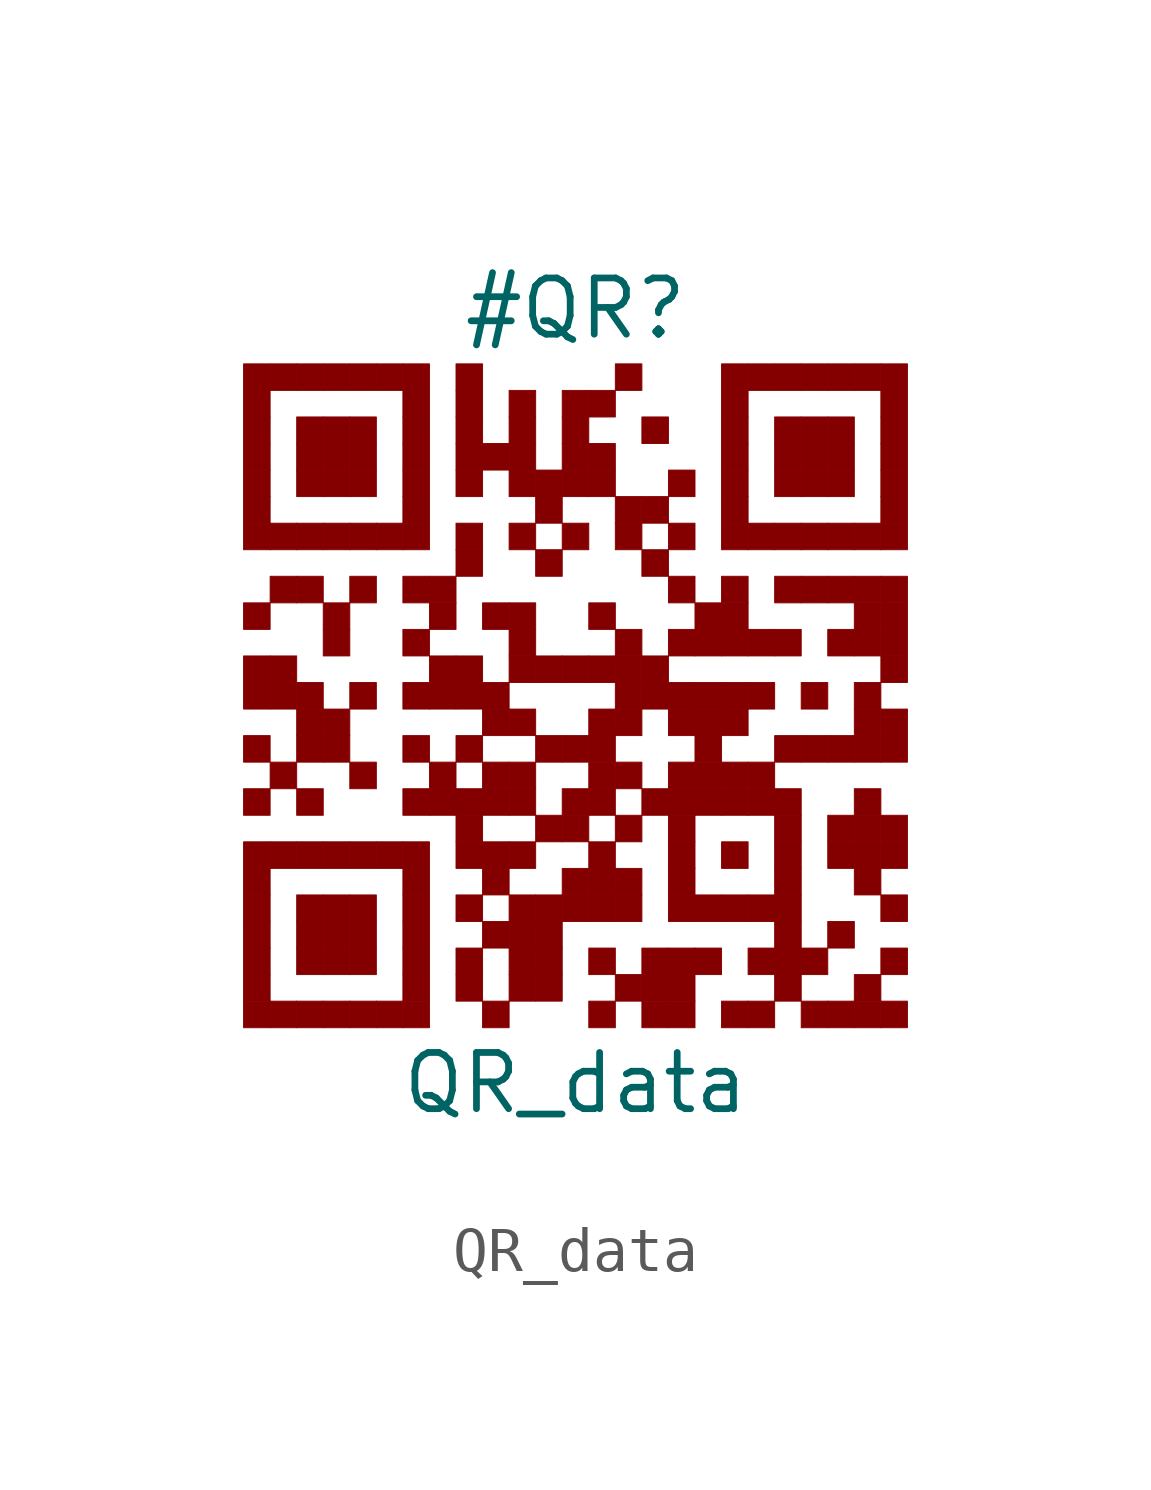
<source format=kicad_sym>
(kicad_symbol_lib
  (version 20211014)
  (generator kibot)
  (symbol "QR_data"
    (pin_numbers hide)
    (pin_names hide)
    (property "Reference" "#QR"
      (at 0 8.75 0)
      (effects (font (size 1.27 1.27))))
    (property "Value" "QR_data"
      (at 0 -8.75 0)
      (effects (font (size 1.27 1.27))))
    (rectangle
      (start -7.5 7.5)
      (end -6.9 6.9)
      (stroke (width 0.001) (type default))
      (fill (type outline)))
    (rectangle
      (start -6.9 7.5)
      (end -6.3 6.9)
      (stroke (width 0.001) (type default))
      (fill (type outline)))
    (rectangle
      (start -6.3 7.5)
      (end -5.7 6.9)
      (stroke (width 0.001) (type default))
      (fill (type outline)))
    (rectangle
      (start -5.7 7.5)
      (end -5.1 6.9)
      (stroke (width 0.001) (type default))
      (fill (type outline)))
    (rectangle
      (start -5.1 7.5)
      (end -4.5 6.9)
      (stroke (width 0.001) (type default))
      (fill (type outline)))
    (rectangle
      (start -4.5 7.5)
      (end -3.9 6.9)
      (stroke (width 0.001) (type default))
      (fill (type outline)))
    (rectangle
      (start -3.9 7.5)
      (end -3.3 6.9)
      (stroke (width 0.001) (type default))
      (fill (type outline)))
    (rectangle
      (start -2.7 7.5)
      (end -2.1 6.9)
      (stroke (width 0.001) (type default))
      (fill (type outline)))
    (rectangle
      (start 0.9 7.5)
      (end 1.5 6.9)
      (stroke (width 0.001) (type default))
      (fill (type outline)))
    (rectangle
      (start 3.3 7.5)
      (end 3.9 6.9)
      (stroke (width 0.001) (type default))
      (fill (type outline)))
    (rectangle
      (start 3.9 7.5)
      (end 4.5 6.9)
      (stroke (width 0.001) (type default))
      (fill (type outline)))
    (rectangle
      (start 4.5 7.5)
      (end 5.1 6.9)
      (stroke (width 0.001) (type default))
      (fill (type outline)))
    (rectangle
      (start 5.1 7.5)
      (end 5.7 6.9)
      (stroke (width 0.001) (type default))
      (fill (type outline)))
    (rectangle
      (start 5.7 7.5)
      (end 6.3 6.9)
      (stroke (width 0.001) (type default))
      (fill (type outline)))
    (rectangle
      (start 6.3 7.5)
      (end 6.9 6.9)
      (stroke (width 0.001) (type default))
      (fill (type outline)))
    (rectangle
      (start 6.9 7.5)
      (end 7.5 6.9)
      (stroke (width 0.001) (type default))
      (fill (type outline)))
    (rectangle
      (start -7.5 6.9)
      (end -6.9 6.3)
      (stroke (width 0.001) (type default))
      (fill (type outline)))
    (rectangle
      (start -3.9 6.9)
      (end -3.3 6.3)
      (stroke (width 0.001) (type default))
      (fill (type outline)))
    (rectangle
      (start -2.7 6.9)
      (end -2.1 6.3)
      (stroke (width 0.001) (type default))
      (fill (type outline)))
    (rectangle
      (start -1.5 6.9)
      (end -0.9 6.3)
      (stroke (width 0.001) (type default))
      (fill (type outline)))
    (rectangle
      (start -0.3 6.9)
      (end 0.3 6.3)
      (stroke (width 0.001) (type default))
      (fill (type outline)))
    (rectangle
      (start 0.3 6.9)
      (end 0.9 6.3)
      (stroke (width 0.001) (type default))
      (fill (type outline)))
    (rectangle
      (start 3.3 6.9)
      (end 3.9 6.3)
      (stroke (width 0.001) (type default))
      (fill (type outline)))
    (rectangle
      (start 6.9 6.9)
      (end 7.5 6.3)
      (stroke (width 0.001) (type default))
      (fill (type outline)))
    (rectangle
      (start -7.5 6.3)
      (end -6.9 5.7)
      (stroke (width 0.001) (type default))
      (fill (type outline)))
    (rectangle
      (start -6.3 6.3)
      (end -5.7 5.7)
      (stroke (width 0.001) (type default))
      (fill (type outline)))
    (rectangle
      (start -5.7 6.3)
      (end -5.1 5.7)
      (stroke (width 0.001) (type default))
      (fill (type outline)))
    (rectangle
      (start -5.1 6.3)
      (end -4.5 5.7)
      (stroke (width 0.001) (type default))
      (fill (type outline)))
    (rectangle
      (start -3.9 6.3)
      (end -3.3 5.7)
      (stroke (width 0.001) (type default))
      (fill (type outline)))
    (rectangle
      (start -2.7 6.3)
      (end -2.1 5.7)
      (stroke (width 0.001) (type default))
      (fill (type outline)))
    (rectangle
      (start -1.5 6.3)
      (end -0.9 5.7)
      (stroke (width 0.001) (type default))
      (fill (type outline)))
    (rectangle
      (start -0.3 6.3)
      (end 0.3 5.7)
      (stroke (width 0.001) (type default))
      (fill (type outline)))
    (rectangle
      (start 1.5 6.3)
      (end 2.1 5.7)
      (stroke (width 0.001) (type default))
      (fill (type outline)))
    (rectangle
      (start 3.3 6.3)
      (end 3.9 5.7)
      (stroke (width 0.001) (type default))
      (fill (type outline)))
    (rectangle
      (start 4.5 6.3)
      (end 5.1 5.7)
      (stroke (width 0.001) (type default))
      (fill (type outline)))
    (rectangle
      (start 5.1 6.3)
      (end 5.7 5.7)
      (stroke (width 0.001) (type default))
      (fill (type outline)))
    (rectangle
      (start 5.7 6.3)
      (end 6.3 5.7)
      (stroke (width 0.001) (type default))
      (fill (type outline)))
    (rectangle
      (start 6.9 6.3)
      (end 7.5 5.7)
      (stroke (width 0.001) (type default))
      (fill (type outline)))
    (rectangle
      (start -7.5 5.7)
      (end -6.9 5.1)
      (stroke (width 0.001) (type default))
      (fill (type outline)))
    (rectangle
      (start -6.3 5.7)
      (end -5.7 5.1)
      (stroke (width 0.001) (type default))
      (fill (type outline)))
    (rectangle
      (start -5.7 5.7)
      (end -5.1 5.1)
      (stroke (width 0.001) (type default))
      (fill (type outline)))
    (rectangle
      (start -5.1 5.7)
      (end -4.5 5.1)
      (stroke (width 0.001) (type default))
      (fill (type outline)))
    (rectangle
      (start -3.9 5.7)
      (end -3.3 5.1)
      (stroke (width 0.001) (type default))
      (fill (type outline)))
    (rectangle
      (start -2.7 5.7)
      (end -2.1 5.1)
      (stroke (width 0.001) (type default))
      (fill (type outline)))
    (rectangle
      (start -2.1 5.7)
      (end -1.5 5.1)
      (stroke (width 0.001) (type default))
      (fill (type outline)))
    (rectangle
      (start -1.5 5.7)
      (end -0.9 5.1)
      (stroke (width 0.001) (type default))
      (fill (type outline)))
    (rectangle
      (start -0.3 5.7)
      (end 0.3 5.1)
      (stroke (width 0.001) (type default))
      (fill (type outline)))
    (rectangle
      (start 0.3 5.7)
      (end 0.9 5.1)
      (stroke (width 0.001) (type default))
      (fill (type outline)))
    (rectangle
      (start 3.3 5.7)
      (end 3.9 5.1)
      (stroke (width 0.001) (type default))
      (fill (type outline)))
    (rectangle
      (start 4.5 5.7)
      (end 5.1 5.1)
      (stroke (width 0.001) (type default))
      (fill (type outline)))
    (rectangle
      (start 5.1 5.7)
      (end 5.7 5.1)
      (stroke (width 0.001) (type default))
      (fill (type outline)))
    (rectangle
      (start 5.7 5.7)
      (end 6.3 5.1)
      (stroke (width 0.001) (type default))
      (fill (type outline)))
    (rectangle
      (start 6.9 5.7)
      (end 7.5 5.1)
      (stroke (width 0.001) (type default))
      (fill (type outline)))
    (rectangle
      (start -7.5 5.1)
      (end -6.9 4.5)
      (stroke (width 0.001) (type default))
      (fill (type outline)))
    (rectangle
      (start -6.3 5.1)
      (end -5.7 4.5)
      (stroke (width 0.001) (type default))
      (fill (type outline)))
    (rectangle
      (start -5.7 5.1)
      (end -5.1 4.5)
      (stroke (width 0.001) (type default))
      (fill (type outline)))
    (rectangle
      (start -5.1 5.1)
      (end -4.5 4.5)
      (stroke (width 0.001) (type default))
      (fill (type outline)))
    (rectangle
      (start -3.9 5.1)
      (end -3.3 4.5)
      (stroke (width 0.001) (type default))
      (fill (type outline)))
    (rectangle
      (start -2.7 5.1)
      (end -2.1 4.5)
      (stroke (width 0.001) (type default))
      (fill (type outline)))
    (rectangle
      (start -1.5 5.1)
      (end -0.9 4.5)
      (stroke (width 0.001) (type default))
      (fill (type outline)))
    (rectangle
      (start -0.9 5.1)
      (end -0.3 4.5)
      (stroke (width 0.001) (type default))
      (fill (type outline)))
    (rectangle
      (start -0.3 5.1)
      (end 0.3 4.5)
      (stroke (width 0.001) (type default))
      (fill (type outline)))
    (rectangle
      (start 0.3 5.1)
      (end 0.9 4.5)
      (stroke (width 0.001) (type default))
      (fill (type outline)))
    (rectangle
      (start 2.1 5.1)
      (end 2.7 4.5)
      (stroke (width 0.001) (type default))
      (fill (type outline)))
    (rectangle
      (start 3.3 5.1)
      (end 3.9 4.5)
      (stroke (width 0.001) (type default))
      (fill (type outline)))
    (rectangle
      (start 4.5 5.1)
      (end 5.1 4.5)
      (stroke (width 0.001) (type default))
      (fill (type outline)))
    (rectangle
      (start 5.1 5.1)
      (end 5.7 4.5)
      (stroke (width 0.001) (type default))
      (fill (type outline)))
    (rectangle
      (start 5.7 5.1)
      (end 6.3 4.5)
      (stroke (width 0.001) (type default))
      (fill (type outline)))
    (rectangle
      (start 6.9 5.1)
      (end 7.5 4.5)
      (stroke (width 0.001) (type default))
      (fill (type outline)))
    (rectangle
      (start -7.5 4.5)
      (end -6.9 3.9)
      (stroke (width 0.001) (type default))
      (fill (type outline)))
    (rectangle
      (start -3.9 4.5)
      (end -3.3 3.9)
      (stroke (width 0.001) (type default))
      (fill (type outline)))
    (rectangle
      (start -0.9 4.5)
      (end -0.3 3.9)
      (stroke (width 0.001) (type default))
      (fill (type outline)))
    (rectangle
      (start 0.9 4.5)
      (end 1.5 3.9)
      (stroke (width 0.001) (type default))
      (fill (type outline)))
    (rectangle
      (start 1.5 4.5)
      (end 2.1 3.9)
      (stroke (width 0.001) (type default))
      (fill (type outline)))
    (rectangle
      (start 3.3 4.5)
      (end 3.9 3.9)
      (stroke (width 0.001) (type default))
      (fill (type outline)))
    (rectangle
      (start 6.9 4.5)
      (end 7.5 3.9)
      (stroke (width 0.001) (type default))
      (fill (type outline)))
    (rectangle
      (start -7.5 3.9)
      (end -6.9 3.3)
      (stroke (width 0.001) (type default))
      (fill (type outline)))
    (rectangle
      (start -6.9 3.9)
      (end -6.3 3.3)
      (stroke (width 0.001) (type default))
      (fill (type outline)))
    (rectangle
      (start -6.3 3.9)
      (end -5.7 3.3)
      (stroke (width 0.001) (type default))
      (fill (type outline)))
    (rectangle
      (start -5.7 3.9)
      (end -5.1 3.3)
      (stroke (width 0.001) (type default))
      (fill (type outline)))
    (rectangle
      (start -5.1 3.9)
      (end -4.5 3.3)
      (stroke (width 0.001) (type default))
      (fill (type outline)))
    (rectangle
      (start -4.5 3.9)
      (end -3.9 3.3)
      (stroke (width 0.001) (type default))
      (fill (type outline)))
    (rectangle
      (start -3.9 3.9)
      (end -3.3 3.3)
      (stroke (width 0.001) (type default))
      (fill (type outline)))
    (rectangle
      (start -2.7 3.9)
      (end -2.1 3.3)
      (stroke (width 0.001) (type default))
      (fill (type outline)))
    (rectangle
      (start -1.5 3.9)
      (end -0.9 3.3)
      (stroke (width 0.001) (type default))
      (fill (type outline)))
    (rectangle
      (start -0.3 3.9)
      (end 0.3 3.3)
      (stroke (width 0.001) (type default))
      (fill (type outline)))
    (rectangle
      (start 0.9 3.9)
      (end 1.5 3.3)
      (stroke (width 0.001) (type default))
      (fill (type outline)))
    (rectangle
      (start 2.1 3.9)
      (end 2.7 3.3)
      (stroke (width 0.001) (type default))
      (fill (type outline)))
    (rectangle
      (start 3.3 3.9)
      (end 3.9 3.3)
      (stroke (width 0.001) (type default))
      (fill (type outline)))
    (rectangle
      (start 3.9 3.9)
      (end 4.5 3.3)
      (stroke (width 0.001) (type default))
      (fill (type outline)))
    (rectangle
      (start 4.5 3.9)
      (end 5.1 3.3)
      (stroke (width 0.001) (type default))
      (fill (type outline)))
    (rectangle
      (start 5.1 3.9)
      (end 5.7 3.3)
      (stroke (width 0.001) (type default))
      (fill (type outline)))
    (rectangle
      (start 5.7 3.9)
      (end 6.3 3.3)
      (stroke (width 0.001) (type default))
      (fill (type outline)))
    (rectangle
      (start 6.3 3.9)
      (end 6.9 3.3)
      (stroke (width 0.001) (type default))
      (fill (type outline)))
    (rectangle
      (start 6.9 3.9)
      (end 7.5 3.3)
      (stroke (width 0.001) (type default))
      (fill (type outline)))
    (rectangle
      (start -2.7 3.3)
      (end -2.1 2.7)
      (stroke (width 0.001) (type default))
      (fill (type outline)))
    (rectangle
      (start -0.9 3.3)
      (end -0.3 2.7)
      (stroke (width 0.001) (type default))
      (fill (type outline)))
    (rectangle
      (start 1.5 3.3)
      (end 2.1 2.7)
      (stroke (width 0.001) (type default))
      (fill (type outline)))
    (rectangle
      (start -6.9 2.7)
      (end -6.3 2.1)
      (stroke (width 0.001) (type default))
      (fill (type outline)))
    (rectangle
      (start -6.3 2.7)
      (end -5.7 2.1)
      (stroke (width 0.001) (type default))
      (fill (type outline)))
    (rectangle
      (start -5.1 2.7)
      (end -4.5 2.1)
      (stroke (width 0.001) (type default))
      (fill (type outline)))
    (rectangle
      (start -3.9 2.7)
      (end -3.3 2.1)
      (stroke (width 0.001) (type default))
      (fill (type outline)))
    (rectangle
      (start -3.3 2.7)
      (end -2.7 2.1)
      (stroke (width 0.001) (type default))
      (fill (type outline)))
    (rectangle
      (start 2.1 2.7)
      (end 2.7 2.1)
      (stroke (width 0.001) (type default))
      (fill (type outline)))
    (rectangle
      (start 3.3 2.7)
      (end 3.9 2.1)
      (stroke (width 0.001) (type default))
      (fill (type outline)))
    (rectangle
      (start 4.5 2.7)
      (end 5.1 2.1)
      (stroke (width 0.001) (type default))
      (fill (type outline)))
    (rectangle
      (start 5.1 2.7)
      (end 5.7 2.1)
      (stroke (width 0.001) (type default))
      (fill (type outline)))
    (rectangle
      (start 5.7 2.7)
      (end 6.3 2.1)
      (stroke (width 0.001) (type default))
      (fill (type outline)))
    (rectangle
      (start 6.3 2.7)
      (end 6.9 2.1)
      (stroke (width 0.001) (type default))
      (fill (type outline)))
    (rectangle
      (start 6.9 2.7)
      (end 7.5 2.1)
      (stroke (width 0.001) (type default))
      (fill (type outline)))
    (rectangle
      (start -7.5 2.1)
      (end -6.9 1.5)
      (stroke (width 0.001) (type default))
      (fill (type outline)))
    (rectangle
      (start -5.7 2.1)
      (end -5.1 1.5)
      (stroke (width 0.001) (type default))
      (fill (type outline)))
    (rectangle
      (start -3.3 2.1)
      (end -2.7 1.5)
      (stroke (width 0.001) (type default))
      (fill (type outline)))
    (rectangle
      (start -2.1 2.1)
      (end -1.5 1.5)
      (stroke (width 0.001) (type default))
      (fill (type outline)))
    (rectangle
      (start -1.5 2.1)
      (end -0.9 1.5)
      (stroke (width 0.001) (type default))
      (fill (type outline)))
    (rectangle
      (start 0.3 2.1)
      (end 0.9 1.5)
      (stroke (width 0.001) (type default))
      (fill (type outline)))
    (rectangle
      (start 2.7 2.1)
      (end 3.3 1.5)
      (stroke (width 0.001) (type default))
      (fill (type outline)))
    (rectangle
      (start 3.3 2.1)
      (end 3.9 1.5)
      (stroke (width 0.001) (type default))
      (fill (type outline)))
    (rectangle
      (start 6.3 2.1)
      (end 6.9 1.5)
      (stroke (width 0.001) (type default))
      (fill (type outline)))
    (rectangle
      (start 6.9 2.1)
      (end 7.5 1.5)
      (stroke (width 0.001) (type default))
      (fill (type outline)))
    (rectangle
      (start -5.7 1.5)
      (end -5.1 0.9)
      (stroke (width 0.001) (type default))
      (fill (type outline)))
    (rectangle
      (start -3.9 1.5)
      (end -3.3 0.9)
      (stroke (width 0.001) (type default))
      (fill (type outline)))
    (rectangle
      (start -1.5 1.5)
      (end -0.9 0.9)
      (stroke (width 0.001) (type default))
      (fill (type outline)))
    (rectangle
      (start 0.9 1.5)
      (end 1.5 0.9)
      (stroke (width 0.001) (type default))
      (fill (type outline)))
    (rectangle
      (start 2.1 1.5)
      (end 2.7 0.9)
      (stroke (width 0.001) (type default))
      (fill (type outline)))
    (rectangle
      (start 2.7 1.5)
      (end 3.3 0.9)
      (stroke (width 0.001) (type default))
      (fill (type outline)))
    (rectangle
      (start 3.3 1.5)
      (end 3.9 0.9)
      (stroke (width 0.001) (type default))
      (fill (type outline)))
    (rectangle
      (start 3.9 1.5)
      (end 4.5 0.9)
      (stroke (width 0.001) (type default))
      (fill (type outline)))
    (rectangle
      (start 4.5 1.5)
      (end 5.1 0.9)
      (stroke (width 0.001) (type default))
      (fill (type outline)))
    (rectangle
      (start 5.7 1.5)
      (end 6.3 0.9)
      (stroke (width 0.001) (type default))
      (fill (type outline)))
    (rectangle
      (start 6.3 1.5)
      (end 6.9 0.9)
      (stroke (width 0.001) (type default))
      (fill (type outline)))
    (rectangle
      (start 6.9 1.5)
      (end 7.5 0.9)
      (stroke (width 0.001) (type default))
      (fill (type outline)))
    (rectangle
      (start -7.5 0.9)
      (end -6.9 0.3)
      (stroke (width 0.001) (type default))
      (fill (type outline)))
    (rectangle
      (start -6.9 0.9)
      (end -6.3 0.3)
      (stroke (width 0.001) (type default))
      (fill (type outline)))
    (rectangle
      (start -3.3 0.9)
      (end -2.7 0.3)
      (stroke (width 0.001) (type default))
      (fill (type outline)))
    (rectangle
      (start -2.7 0.9)
      (end -2.1 0.3)
      (stroke (width 0.001) (type default))
      (fill (type outline)))
    (rectangle
      (start -1.5 0.9)
      (end -0.9 0.3)
      (stroke (width 0.001) (type default))
      (fill (type outline)))
    (rectangle
      (start -0.9 0.9)
      (end -0.3 0.3)
      (stroke (width 0.001) (type default))
      (fill (type outline)))
    (rectangle
      (start -0.3 0.9)
      (end 0.3 0.3)
      (stroke (width 0.001) (type default))
      (fill (type outline)))
    (rectangle
      (start 0.3 0.9)
      (end 0.9 0.3)
      (stroke (width 0.001) (type default))
      (fill (type outline)))
    (rectangle
      (start 0.9 0.9)
      (end 1.5 0.3)
      (stroke (width 0.001) (type default))
      (fill (type outline)))
    (rectangle
      (start 1.5 0.9)
      (end 2.1 0.3)
      (stroke (width 0.001) (type default))
      (fill (type outline)))
    (rectangle
      (start 6.9 0.9)
      (end 7.5 0.3)
      (stroke (width 0.001) (type default))
      (fill (type outline)))
    (rectangle
      (start -7.5 0.3)
      (end -6.9 -0.3)
      (stroke (width 0.001) (type default))
      (fill (type outline)))
    (rectangle
      (start -6.9 0.3)
      (end -6.3 -0.3)
      (stroke (width 0.001) (type default))
      (fill (type outline)))
    (rectangle
      (start -6.3 0.3)
      (end -5.7 -0.3)
      (stroke (width 0.001) (type default))
      (fill (type outline)))
    (rectangle
      (start -5.1 0.3)
      (end -4.5 -0.3)
      (stroke (width 0.001) (type default))
      (fill (type outline)))
    (rectangle
      (start -3.9 0.3)
      (end -3.3 -0.3)
      (stroke (width 0.001) (type default))
      (fill (type outline)))
    (rectangle
      (start -3.3 0.3)
      (end -2.7 -0.3)
      (stroke (width 0.001) (type default))
      (fill (type outline)))
    (rectangle
      (start -2.7 0.3)
      (end -2.1 -0.3)
      (stroke (width 0.001) (type default))
      (fill (type outline)))
    (rectangle
      (start -2.1 0.3)
      (end -1.5 -0.3)
      (stroke (width 0.001) (type default))
      (fill (type outline)))
    (rectangle
      (start 0.9 0.3)
      (end 1.5 -0.3)
      (stroke (width 0.001) (type default))
      (fill (type outline)))
    (rectangle
      (start 1.5 0.3)
      (end 2.1 -0.3)
      (stroke (width 0.001) (type default))
      (fill (type outline)))
    (rectangle
      (start 2.1 0.3)
      (end 2.7 -0.3)
      (stroke (width 0.001) (type default))
      (fill (type outline)))
    (rectangle
      (start 2.7 0.3)
      (end 3.3 -0.3)
      (stroke (width 0.001) (type default))
      (fill (type outline)))
    (rectangle
      (start 3.3 0.3)
      (end 3.9 -0.3)
      (stroke (width 0.001) (type default))
      (fill (type outline)))
    (rectangle
      (start 3.9 0.3)
      (end 4.5 -0.3)
      (stroke (width 0.001) (type default))
      (fill (type outline)))
    (rectangle
      (start 5.1 0.3)
      (end 5.7 -0.3)
      (stroke (width 0.001) (type default))
      (fill (type outline)))
    (rectangle
      (start 6.3 0.3)
      (end 6.9 -0.3)
      (stroke (width 0.001) (type default))
      (fill (type outline)))
    (rectangle
      (start -6.3 -0.3)
      (end -5.7 -0.9)
      (stroke (width 0.001) (type default))
      (fill (type outline)))
    (rectangle
      (start -5.7 -0.3)
      (end -5.1 -0.9)
      (stroke (width 0.001) (type default))
      (fill (type outline)))
    (rectangle
      (start -2.1 -0.3)
      (end -1.5 -0.9)
      (stroke (width 0.001) (type default))
      (fill (type outline)))
    (rectangle
      (start -1.5 -0.3)
      (end -0.9 -0.9)
      (stroke (width 0.001) (type default))
      (fill (type outline)))
    (rectangle
      (start 0.3 -0.3)
      (end 0.9 -0.9)
      (stroke (width 0.001) (type default))
      (fill (type outline)))
    (rectangle
      (start 0.9 -0.3)
      (end 1.5 -0.9)
      (stroke (width 0.001) (type default))
      (fill (type outline)))
    (rectangle
      (start 2.1 -0.3)
      (end 2.7 -0.9)
      (stroke (width 0.001) (type default))
      (fill (type outline)))
    (rectangle
      (start 2.7 -0.3)
      (end 3.3 -0.9)
      (stroke (width 0.001) (type default))
      (fill (type outline)))
    (rectangle
      (start 3.3 -0.3)
      (end 3.9 -0.9)
      (stroke (width 0.001) (type default))
      (fill (type outline)))
    (rectangle
      (start 6.3 -0.3)
      (end 6.9 -0.9)
      (stroke (width 0.001) (type default))
      (fill (type outline)))
    (rectangle
      (start 6.9 -0.3)
      (end 7.5 -0.9)
      (stroke (width 0.001) (type default))
      (fill (type outline)))
    (rectangle
      (start -7.5 -0.9)
      (end -6.9 -1.5)
      (stroke (width 0.001) (type default))
      (fill (type outline)))
    (rectangle
      (start -6.3 -0.9)
      (end -5.7 -1.5)
      (stroke (width 0.001) (type default))
      (fill (type outline)))
    (rectangle
      (start -5.7 -0.9)
      (end -5.1 -1.5)
      (stroke (width 0.001) (type default))
      (fill (type outline)))
    (rectangle
      (start -3.9 -0.9)
      (end -3.3 -1.5)
      (stroke (width 0.001) (type default))
      (fill (type outline)))
    (rectangle
      (start -2.7 -0.9)
      (end -2.1 -1.5)
      (stroke (width 0.001) (type default))
      (fill (type outline)))
    (rectangle
      (start -0.9 -0.9)
      (end -0.3 -1.5)
      (stroke (width 0.001) (type default))
      (fill (type outline)))
    (rectangle
      (start -0.3 -0.9)
      (end 0.3 -1.5)
      (stroke (width 0.001) (type default))
      (fill (type outline)))
    (rectangle
      (start 0.3 -0.9)
      (end 0.9 -1.5)
      (stroke (width 0.001) (type default))
      (fill (type outline)))
    (rectangle
      (start 2.7 -0.9)
      (end 3.3 -1.5)
      (stroke (width 0.001) (type default))
      (fill (type outline)))
    (rectangle
      (start 4.5 -0.9)
      (end 5.1 -1.5)
      (stroke (width 0.001) (type default))
      (fill (type outline)))
    (rectangle
      (start 5.1 -0.9)
      (end 5.7 -1.5)
      (stroke (width 0.001) (type default))
      (fill (type outline)))
    (rectangle
      (start 5.7 -0.9)
      (end 6.3 -1.5)
      (stroke (width 0.001) (type default))
      (fill (type outline)))
    (rectangle
      (start 6.3 -0.9)
      (end 6.9 -1.5)
      (stroke (width 0.001) (type default))
      (fill (type outline)))
    (rectangle
      (start 6.9 -0.9)
      (end 7.5 -1.5)
      (stroke (width 0.001) (type default))
      (fill (type outline)))
    (rectangle
      (start -6.9 -1.5)
      (end -6.3 -2.1)
      (stroke (width 0.001) (type default))
      (fill (type outline)))
    (rectangle
      (start -5.1 -1.5)
      (end -4.5 -2.1)
      (stroke (width 0.001) (type default))
      (fill (type outline)))
    (rectangle
      (start -3.3 -1.5)
      (end -2.7 -2.1)
      (stroke (width 0.001) (type default))
      (fill (type outline)))
    (rectangle
      (start -2.1 -1.5)
      (end -1.5 -2.1)
      (stroke (width 0.001) (type default))
      (fill (type outline)))
    (rectangle
      (start -1.5 -1.5)
      (end -0.9 -2.1)
      (stroke (width 0.001) (type default))
      (fill (type outline)))
    (rectangle
      (start 0.3 -1.5)
      (end 0.9 -2.1)
      (stroke (width 0.001) (type default))
      (fill (type outline)))
    (rectangle
      (start 0.9 -1.5)
      (end 1.5 -2.1)
      (stroke (width 0.001) (type default))
      (fill (type outline)))
    (rectangle
      (start 2.1 -1.5)
      (end 2.7 -2.1)
      (stroke (width 0.001) (type default))
      (fill (type outline)))
    (rectangle
      (start 2.7 -1.5)
      (end 3.3 -2.1)
      (stroke (width 0.001) (type default))
      (fill (type outline)))
    (rectangle
      (start 3.3 -1.5)
      (end 3.9 -2.1)
      (stroke (width 0.001) (type default))
      (fill (type outline)))
    (rectangle
      (start 3.9 -1.5)
      (end 4.5 -2.1)
      (stroke (width 0.001) (type default))
      (fill (type outline)))
    (rectangle
      (start -7.5 -2.1)
      (end -6.9 -2.7)
      (stroke (width 0.001) (type default))
      (fill (type outline)))
    (rectangle
      (start -6.3 -2.1)
      (end -5.7 -2.7)
      (stroke (width 0.001) (type default))
      (fill (type outline)))
    (rectangle
      (start -3.9 -2.1)
      (end -3.3 -2.7)
      (stroke (width 0.001) (type default))
      (fill (type outline)))
    (rectangle
      (start -3.3 -2.1)
      (end -2.7 -2.7)
      (stroke (width 0.001) (type default))
      (fill (type outline)))
    (rectangle
      (start -2.7 -2.1)
      (end -2.1 -2.7)
      (stroke (width 0.001) (type default))
      (fill (type outline)))
    (rectangle
      (start -2.1 -2.1)
      (end -1.5 -2.7)
      (stroke (width 0.001) (type default))
      (fill (type outline)))
    (rectangle
      (start -1.5 -2.1)
      (end -0.9 -2.7)
      (stroke (width 0.001) (type default))
      (fill (type outline)))
    (rectangle
      (start -0.3 -2.1)
      (end 0.3 -2.7)
      (stroke (width 0.001) (type default))
      (fill (type outline)))
    (rectangle
      (start 0.3 -2.1)
      (end 0.9 -2.7)
      (stroke (width 0.001) (type default))
      (fill (type outline)))
    (rectangle
      (start 1.5 -2.1)
      (end 2.1 -2.7)
      (stroke (width 0.001) (type default))
      (fill (type outline)))
    (rectangle
      (start 2.1 -2.1)
      (end 2.7 -2.7)
      (stroke (width 0.001) (type default))
      (fill (type outline)))
    (rectangle
      (start 2.7 -2.1)
      (end 3.3 -2.7)
      (stroke (width 0.001) (type default))
      (fill (type outline)))
    (rectangle
      (start 3.3 -2.1)
      (end 3.9 -2.7)
      (stroke (width 0.001) (type default))
      (fill (type outline)))
    (rectangle
      (start 3.9 -2.1)
      (end 4.5 -2.7)
      (stroke (width 0.001) (type default))
      (fill (type outline)))
    (rectangle
      (start 4.5 -2.1)
      (end 5.1 -2.7)
      (stroke (width 0.001) (type default))
      (fill (type outline)))
    (rectangle
      (start 6.3 -2.1)
      (end 6.9 -2.7)
      (stroke (width 0.001) (type default))
      (fill (type outline)))
    (rectangle
      (start -2.7 -2.7)
      (end -2.1 -3.3)
      (stroke (width 0.001) (type default))
      (fill (type outline)))
    (rectangle
      (start -0.9 -2.7)
      (end -0.3 -3.3)
      (stroke (width 0.001) (type default))
      (fill (type outline)))
    (rectangle
      (start -0.3 -2.7)
      (end 0.3 -3.3)
      (stroke (width 0.001) (type default))
      (fill (type outline)))
    (rectangle
      (start 0.9 -2.7)
      (end 1.5 -3.3)
      (stroke (width 0.001) (type default))
      (fill (type outline)))
    (rectangle
      (start 2.1 -2.7)
      (end 2.7 -3.3)
      (stroke (width 0.001) (type default))
      (fill (type outline)))
    (rectangle
      (start 4.5 -2.7)
      (end 5.1 -3.3)
      (stroke (width 0.001) (type default))
      (fill (type outline)))
    (rectangle
      (start 5.7 -2.7)
      (end 6.3 -3.3)
      (stroke (width 0.001) (type default))
      (fill (type outline)))
    (rectangle
      (start 6.3 -2.7)
      (end 6.9 -3.3)
      (stroke (width 0.001) (type default))
      (fill (type outline)))
    (rectangle
      (start 6.9 -2.7)
      (end 7.5 -3.3)
      (stroke (width 0.001) (type default))
      (fill (type outline)))
    (rectangle
      (start -7.5 -3.3)
      (end -6.9 -3.9)
      (stroke (width 0.001) (type default))
      (fill (type outline)))
    (rectangle
      (start -6.9 -3.3)
      (end -6.3 -3.9)
      (stroke (width 0.001) (type default))
      (fill (type outline)))
    (rectangle
      (start -6.3 -3.3)
      (end -5.7 -3.9)
      (stroke (width 0.001) (type default))
      (fill (type outline)))
    (rectangle
      (start -5.7 -3.3)
      (end -5.1 -3.9)
      (stroke (width 0.001) (type default))
      (fill (type outline)))
    (rectangle
      (start -5.1 -3.3)
      (end -4.5 -3.9)
      (stroke (width 0.001) (type default))
      (fill (type outline)))
    (rectangle
      (start -4.5 -3.3)
      (end -3.9 -3.9)
      (stroke (width 0.001) (type default))
      (fill (type outline)))
    (rectangle
      (start -3.9 -3.3)
      (end -3.3 -3.9)
      (stroke (width 0.001) (type default))
      (fill (type outline)))
    (rectangle
      (start -2.7 -3.3)
      (end -2.1 -3.9)
      (stroke (width 0.001) (type default))
      (fill (type outline)))
    (rectangle
      (start -2.1 -3.3)
      (end -1.5 -3.9)
      (stroke (width 0.001) (type default))
      (fill (type outline)))
    (rectangle
      (start -1.5 -3.3)
      (end -0.9 -3.9)
      (stroke (width 0.001) (type default))
      (fill (type outline)))
    (rectangle
      (start 0.3 -3.3)
      (end 0.9 -3.9)
      (stroke (width 0.001) (type default))
      (fill (type outline)))
    (rectangle
      (start 2.1 -3.3)
      (end 2.7 -3.9)
      (stroke (width 0.001) (type default))
      (fill (type outline)))
    (rectangle
      (start 3.3 -3.3)
      (end 3.9 -3.9)
      (stroke (width 0.001) (type default))
      (fill (type outline)))
    (rectangle
      (start 4.5 -3.3)
      (end 5.1 -3.9)
      (stroke (width 0.001) (type default))
      (fill (type outline)))
    (rectangle
      (start 5.7 -3.3)
      (end 6.3 -3.9)
      (stroke (width 0.001) (type default))
      (fill (type outline)))
    (rectangle
      (start 6.3 -3.3)
      (end 6.9 -3.9)
      (stroke (width 0.001) (type default))
      (fill (type outline)))
    (rectangle
      (start 6.9 -3.3)
      (end 7.5 -3.9)
      (stroke (width 0.001) (type default))
      (fill (type outline)))
    (rectangle
      (start -7.5 -3.9)
      (end -6.9 -4.5)
      (stroke (width 0.001) (type default))
      (fill (type outline)))
    (rectangle
      (start -3.9 -3.9)
      (end -3.3 -4.5)
      (stroke (width 0.001) (type default))
      (fill (type outline)))
    (rectangle
      (start -2.1 -3.9)
      (end -1.5 -4.5)
      (stroke (width 0.001) (type default))
      (fill (type outline)))
    (rectangle
      (start -0.3 -3.9)
      (end 0.3 -4.5)
      (stroke (width 0.001) (type default))
      (fill (type outline)))
    (rectangle
      (start 0.3 -3.9)
      (end 0.9 -4.5)
      (stroke (width 0.001) (type default))
      (fill (type outline)))
    (rectangle
      (start 0.9 -3.9)
      (end 1.5 -4.5)
      (stroke (width 0.001) (type default))
      (fill (type outline)))
    (rectangle
      (start 2.1 -3.9)
      (end 2.7 -4.5)
      (stroke (width 0.001) (type default))
      (fill (type outline)))
    (rectangle
      (start 4.5 -3.9)
      (end 5.1 -4.5)
      (stroke (width 0.001) (type default))
      (fill (type outline)))
    (rectangle
      (start 6.3 -3.9)
      (end 6.9 -4.5)
      (stroke (width 0.001) (type default))
      (fill (type outline)))
    (rectangle
      (start -7.5 -4.5)
      (end -6.9 -5.1)
      (stroke (width 0.001) (type default))
      (fill (type outline)))
    (rectangle
      (start -6.3 -4.5)
      (end -5.7 -5.1)
      (stroke (width 0.001) (type default))
      (fill (type outline)))
    (rectangle
      (start -5.7 -4.5)
      (end -5.1 -5.1)
      (stroke (width 0.001) (type default))
      (fill (type outline)))
    (rectangle
      (start -5.1 -4.5)
      (end -4.5 -5.1)
      (stroke (width 0.001) (type default))
      (fill (type outline)))
    (rectangle
      (start -3.9 -4.5)
      (end -3.3 -5.1)
      (stroke (width 0.001) (type default))
      (fill (type outline)))
    (rectangle
      (start -2.7 -4.5)
      (end -2.1 -5.1)
      (stroke (width 0.001) (type default))
      (fill (type outline)))
    (rectangle
      (start -1.5 -4.5)
      (end -0.9 -5.1)
      (stroke (width 0.001) (type default))
      (fill (type outline)))
    (rectangle
      (start -0.9 -4.5)
      (end -0.3 -5.1)
      (stroke (width 0.001) (type default))
      (fill (type outline)))
    (rectangle
      (start -0.3 -4.5)
      (end 0.3 -5.1)
      (stroke (width 0.001) (type default))
      (fill (type outline)))
    (rectangle
      (start 0.3 -4.5)
      (end 0.9 -5.1)
      (stroke (width 0.001) (type default))
      (fill (type outline)))
    (rectangle
      (start 0.9 -4.5)
      (end 1.5 -5.1)
      (stroke (width 0.001) (type default))
      (fill (type outline)))
    (rectangle
      (start 2.1 -4.5)
      (end 2.7 -5.1)
      (stroke (width 0.001) (type default))
      (fill (type outline)))
    (rectangle
      (start 2.7 -4.5)
      (end 3.3 -5.1)
      (stroke (width 0.001) (type default))
      (fill (type outline)))
    (rectangle
      (start 3.3 -4.5)
      (end 3.9 -5.1)
      (stroke (width 0.001) (type default))
      (fill (type outline)))
    (rectangle
      (start 3.9 -4.5)
      (end 4.5 -5.1)
      (stroke (width 0.001) (type default))
      (fill (type outline)))
    (rectangle
      (start 4.5 -4.5)
      (end 5.1 -5.1)
      (stroke (width 0.001) (type default))
      (fill (type outline)))
    (rectangle
      (start 6.9 -4.5)
      (end 7.5 -5.1)
      (stroke (width 0.001) (type default))
      (fill (type outline)))
    (rectangle
      (start -7.5 -5.1)
      (end -6.9 -5.7)
      (stroke (width 0.001) (type default))
      (fill (type outline)))
    (rectangle
      (start -6.3 -5.1)
      (end -5.7 -5.7)
      (stroke (width 0.001) (type default))
      (fill (type outline)))
    (rectangle
      (start -5.7 -5.1)
      (end -5.1 -5.7)
      (stroke (width 0.001) (type default))
      (fill (type outline)))
    (rectangle
      (start -5.1 -5.1)
      (end -4.5 -5.7)
      (stroke (width 0.001) (type default))
      (fill (type outline)))
    (rectangle
      (start -3.9 -5.1)
      (end -3.3 -5.7)
      (stroke (width 0.001) (type default))
      (fill (type outline)))
    (rectangle
      (start -2.1 -5.1)
      (end -1.5 -5.7)
      (stroke (width 0.001) (type default))
      (fill (type outline)))
    (rectangle
      (start -1.5 -5.1)
      (end -0.9 -5.7)
      (stroke (width 0.001) (type default))
      (fill (type outline)))
    (rectangle
      (start -0.9 -5.1)
      (end -0.3 -5.7)
      (stroke (width 0.001) (type default))
      (fill (type outline)))
    (rectangle
      (start 4.5 -5.1)
      (end 5.1 -5.7)
      (stroke (width 0.001) (type default))
      (fill (type outline)))
    (rectangle
      (start 5.7 -5.1)
      (end 6.3 -5.7)
      (stroke (width 0.001) (type default))
      (fill (type outline)))
    (rectangle
      (start -7.5 -5.7)
      (end -6.9 -6.3)
      (stroke (width 0.001) (type default))
      (fill (type outline)))
    (rectangle
      (start -6.3 -5.7)
      (end -5.7 -6.3)
      (stroke (width 0.001) (type default))
      (fill (type outline)))
    (rectangle
      (start -5.7 -5.7)
      (end -5.1 -6.3)
      (stroke (width 0.001) (type default))
      (fill (type outline)))
    (rectangle
      (start -5.1 -5.7)
      (end -4.5 -6.3)
      (stroke (width 0.001) (type default))
      (fill (type outline)))
    (rectangle
      (start -3.9 -5.7)
      (end -3.3 -6.3)
      (stroke (width 0.001) (type default))
      (fill (type outline)))
    (rectangle
      (start -2.7 -5.7)
      (end -2.1 -6.3)
      (stroke (width 0.001) (type default))
      (fill (type outline)))
    (rectangle
      (start -1.5 -5.7)
      (end -0.9 -6.3)
      (stroke (width 0.001) (type default))
      (fill (type outline)))
    (rectangle
      (start -0.9 -5.7)
      (end -0.3 -6.3)
      (stroke (width 0.001) (type default))
      (fill (type outline)))
    (rectangle
      (start 0.3 -5.7)
      (end 0.9 -6.3)
      (stroke (width 0.001) (type default))
      (fill (type outline)))
    (rectangle
      (start 1.5 -5.7)
      (end 2.1 -6.3)
      (stroke (width 0.001) (type default))
      (fill (type outline)))
    (rectangle
      (start 2.1 -5.7)
      (end 2.7 -6.3)
      (stroke (width 0.001) (type default))
      (fill (type outline)))
    (rectangle
      (start 2.7 -5.7)
      (end 3.3 -6.3)
      (stroke (width 0.001) (type default))
      (fill (type outline)))
    (rectangle
      (start 3.9 -5.7)
      (end 4.5 -6.3)
      (stroke (width 0.001) (type default))
      (fill (type outline)))
    (rectangle
      (start 4.5 -5.7)
      (end 5.1 -6.3)
      (stroke (width 0.001) (type default))
      (fill (type outline)))
    (rectangle
      (start 5.1 -5.7)
      (end 5.7 -6.3)
      (stroke (width 0.001) (type default))
      (fill (type outline)))
    (rectangle
      (start 6.9 -5.7)
      (end 7.5 -6.3)
      (stroke (width 0.001) (type default))
      (fill (type outline)))
    (rectangle
      (start -7.5 -6.3)
      (end -6.9 -6.9)
      (stroke (width 0.001) (type default))
      (fill (type outline)))
    (rectangle
      (start -3.9 -6.3)
      (end -3.3 -6.9)
      (stroke (width 0.001) (type default))
      (fill (type outline)))
    (rectangle
      (start -2.7 -6.3)
      (end -2.1 -6.9)
      (stroke (width 0.001) (type default))
      (fill (type outline)))
    (rectangle
      (start -1.5 -6.3)
      (end -0.9 -6.9)
      (stroke (width 0.001) (type default))
      (fill (type outline)))
    (rectangle
      (start -0.9 -6.3)
      (end -0.3 -6.9)
      (stroke (width 0.001) (type default))
      (fill (type outline)))
    (rectangle
      (start 0.9 -6.3)
      (end 1.5 -6.9)
      (stroke (width 0.001) (type default))
      (fill (type outline)))
    (rectangle
      (start 1.5 -6.3)
      (end 2.1 -6.9)
      (stroke (width 0.001) (type default))
      (fill (type outline)))
    (rectangle
      (start 2.1 -6.3)
      (end 2.7 -6.9)
      (stroke (width 0.001) (type default))
      (fill (type outline)))
    (rectangle
      (start 4.5 -6.3)
      (end 5.1 -6.9)
      (stroke (width 0.001) (type default))
      (fill (type outline)))
    (rectangle
      (start 6.3 -6.3)
      (end 6.9 -6.9)
      (stroke (width 0.001) (type default))
      (fill (type outline)))
    (rectangle
      (start -7.5 -6.9)
      (end -6.9 -7.5)
      (stroke (width 0.001) (type default))
      (fill (type outline)))
    (rectangle
      (start -6.9 -6.9)
      (end -6.3 -7.5)
      (stroke (width 0.001) (type default))
      (fill (type outline)))
    (rectangle
      (start -6.3 -6.9)
      (end -5.7 -7.5)
      (stroke (width 0.001) (type default))
      (fill (type outline)))
    (rectangle
      (start -5.7 -6.9)
      (end -5.1 -7.5)
      (stroke (width 0.001) (type default))
      (fill (type outline)))
    (rectangle
      (start -5.1 -6.9)
      (end -4.5 -7.5)
      (stroke (width 0.001) (type default))
      (fill (type outline)))
    (rectangle
      (start -4.5 -6.9)
      (end -3.9 -7.5)
      (stroke (width 0.001) (type default))
      (fill (type outline)))
    (rectangle
      (start -3.9 -6.9)
      (end -3.3 -7.5)
      (stroke (width 0.001) (type default))
      (fill (type outline)))
    (rectangle
      (start -2.1 -6.9)
      (end -1.5 -7.5)
      (stroke (width 0.001) (type default))
      (fill (type outline)))
    (rectangle
      (start 0.3 -6.9)
      (end 0.9 -7.5)
      (stroke (width 0.001) (type default))
      (fill (type outline)))
    (rectangle
      (start 1.5 -6.9)
      (end 2.1 -7.5)
      (stroke (width 0.001) (type default))
      (fill (type outline)))
    (rectangle
      (start 2.1 -6.9)
      (end 2.7 -7.5)
      (stroke (width 0.001) (type default))
      (fill (type outline)))
    (rectangle
      (start 3.3 -6.9)
      (end 3.9 -7.5)
      (stroke (width 0.001) (type default))
      (fill (type outline)))
    (rectangle
      (start 3.9 -6.9)
      (end 4.5 -7.5)
      (stroke (width 0.001) (type default))
      (fill (type outline)))
    (rectangle
      (start 5.1 -6.9)
      (end 5.7 -7.5)
      (stroke (width 0.001) (type default))
      (fill (type outline)))
    (rectangle
      (start 5.7 -6.9)
      (end 6.3 -7.5)
      (stroke (width 0.001) (type default))
      (fill (type outline)))
    (rectangle
      (start 6.3 -6.9)
      (end 6.9 -7.5)
      (stroke (width 0.001) (type default))
      (fill (type outline)))
    (rectangle
      (start 6.9 -6.9)
      (end 7.5 -7.5)
      (stroke (width 0.001) (type default))
      (fill (type outline)))))
</source>
